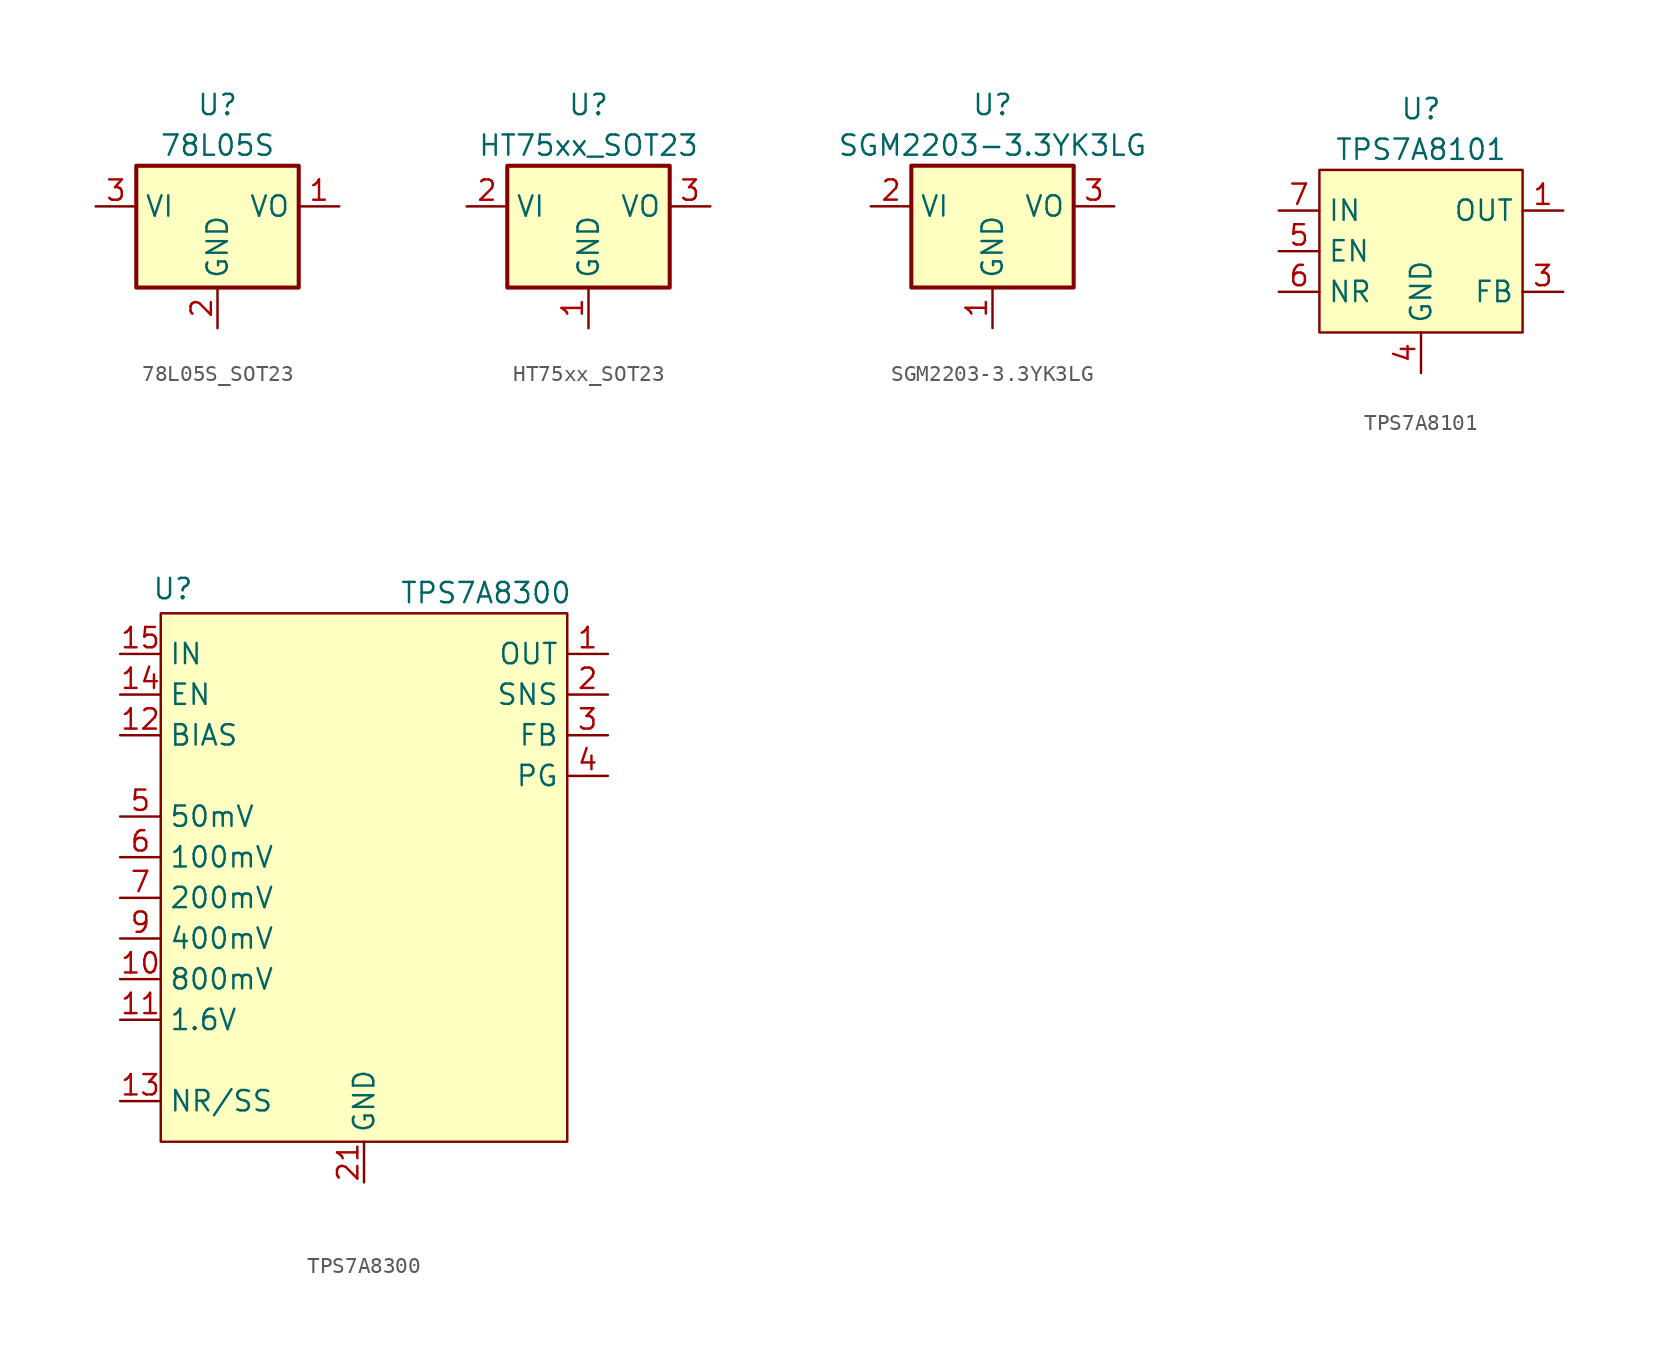
<source format=kicad_sym>
(kicad_symbol_lib
  (version 20241209)
  (generator "kicad_symbol_editor")
  (generator_version "9.0")
  (symbol "78L05S_SOT23"
    (property "Reference" "U"
      (at 0 7.62 0)
      (effects (font (size 1.27 1.27))))
    (property "Value" "78L05S"
      (at 0 5.08 0)
      (effects (font (size 1.27 1.27))))
    (symbol "78L05S_SOT23_0_1"
      (rectangle (start -5.08 3.81) (end 5.08 -3.81) (stroke (width 0.254) (type default)) (fill (type background))))
    (symbol "78L05S_SOT23_1_1"
      (pin power_in line (at -7.62 1.27 0) (length 2.54) (name "VI" (effects (font (size 1.27 1.27)))) (number "3" (effects (font (size 1.27 1.27)))))
      (pin power_in line (at 0 -6.35 90) (length 2.54) (name "GND" (effects (font (size 1.27 1.27)))) (number "2" (effects (font (size 1.27 1.27)))))
      (pin power_out line (at 7.62 1.27 180) (length 2.54) (name "VO" (effects (font (size 1.27 1.27)))) (number "1" (effects (font (size 1.27 1.27)))))))
  (symbol "HT75xx_SOT23"
    (property "Reference" "U"
      (at 0 7.62 0)
      (effects (font (size 1.27 1.27))))
    (property "Value" "HT75xx_SOT23"
      (at 0 5.08 0)
      (effects (font (size 1.27 1.27))))
    (symbol "HT75xx_SOT23_0_1"
      (rectangle (start -5.08 3.81) (end 5.08 -3.81) (stroke (width 0.254) (type default)) (fill (type background))))
    (symbol "HT75xx_SOT23_1_1"
      (pin power_in line (at -7.62 1.27 0) (length 2.54) (name "VI" (effects (font (size 1.27 1.27)))) (number "2" (effects (font (size 1.27 1.27)))))
      (pin power_in line (at 0 -6.35 90) (length 2.54) (name "GND" (effects (font (size 1.27 1.27)))) (number "1" (effects (font (size 1.27 1.27)))))
      (pin power_out line (at 7.62 1.27 180) (length 2.54) (name "VO" (effects (font (size 1.27 1.27)))) (number "3" (effects (font (size 1.27 1.27)))))))
  (symbol "SGM2203-3.3YK3LG"
    (property "Reference" "U"
      (at 0 7.62 0)
      (effects (font (size 1.27 1.27))))
    (property "Value" "SGM2203-3.3YK3LG"
      (at 0 5.08 0)
      (effects (font (size 1.27 1.27))))
    (symbol "SGM2203-3.3YK3LG_0_1"
      (rectangle (start -5.08 3.81) (end 5.08 -3.81) (stroke (width 0.254) (type default)) (fill (type background))))
    (symbol "SGM2203-3.3YK3LG_1_1"
      (pin power_in line (at -7.62 1.27 0) (length 2.54) (name "VI" (effects (font (size 1.27 1.27)))) (number "2" (effects (font (size 1.27 1.27)))))
      (pin power_in line (at 0 -6.35 90) (length 2.54) (name "GND" (effects (font (size 1.27 1.27)))) (number "1" (effects (font (size 1.27 1.27)))))
      (pin power_out line (at 7.62 1.27 180) (length 2.54) (name "VO" (effects (font (size 1.27 1.27)))) (number "3" (effects (font (size 1.27 1.27)))))))
  (symbol "TPS7A8101"
    (property "Reference" "U"
      (at 0 8.89 0)
      (effects (font (size 1.27 1.27))))
    (property "Value" "TPS7A8101"
      (at 0 6.35 0)
      (effects (font (size 1.27 1.27))))
    (symbol "TPS7A8101_1_1"
      (rectangle (start -6.35 5.08) (end 6.35 -5.08) (stroke (width 0) (type default)) (fill (type background)))
      (pin power_in line (at -8.89 2.54 0) (length 2.54) (name "IN" (effects (font (size 1.27 1.27)))) (number "7" (effects (font (size 1.27 1.27)))))
      (pin passive line (at -8.89 2.54 0) (length 2.54) (hide yes) (name "IN" (effects (font (size 1.27 1.27)))) (number "8" (effects (font (size 1.27 1.27)))))
      (pin input line (at -8.89 0 0) (length 2.54) (name "EN" (effects (font (size 1.27 1.27)))) (number "5" (effects (font (size 1.27 1.27)))))
      (pin input line (at -8.89 -2.54 0) (length 2.54) (name "NR" (effects (font (size 1.27 1.27)))) (number "6" (effects (font (size 1.27 1.27)))))
      (pin power_in line (at 0 -7.62 90) (length 2.54) (name "GND" (effects (font (size 1.27 1.27)))) (number "4" (effects (font (size 1.27 1.27)))))
      (pin passive line (at 0 -7.62 90) (length 2.54) (hide yes) (name "EP" (effects (font (size 1.27 1.27)))) (number "9" (effects (font (size 1.27 1.27)))))
      (pin power_out line (at 8.89 2.54 180) (length 2.54) (name "OUT" (effects (font (size 1.27 1.27)))) (number "1" (effects (font (size 1.27 1.27)))))
      (pin passive line (at 8.89 2.54 180) (length 2.54) (hide yes) (name "OUT" (effects (font (size 1.27 1.27)))) (number "2" (effects (font (size 1.27 1.27)))))
      (pin input line (at 8.89 -2.54 180) (length 2.54) (name "FB" (effects (font (size 1.27 1.27)))) (number "3" (effects (font (size 1.27 1.27)))))))
  (symbol "TPS7A8300"
    (property "Reference" "U"
      (at -11.938 20.574 0)
      (effects (font (size 1.27 1.27))))
    (property "Value" "TPS7A8300"
      (at 7.62 20.32 0)
      (effects (font (size 1.27 1.27))))
    (symbol "TPS7A8300_1_1"
      (rectangle (start -12.7 19.05) (end 12.7 -13.97) (stroke (width 0) (type solid)) (fill (type background)))
      (pin power_in line (at -15.24 16.51 0) (length 2.54) (name "IN" (effects (font (size 1.27 1.27)))) (number "15" (effects (font (size 1.27 1.27)))))
      (pin passive line (at -15.24 16.51 0) (length 2.54) (hide yes) (name "IN" (effects (font (size 1.27 1.27)))) (number "16" (effects (font (size 1.27 1.27)))))
      (pin passive line (at -15.24 16.51 0) (length 2.54) (hide yes) (name "IN" (effects (font (size 1.27 1.27)))) (number "17" (effects (font (size 1.27 1.27)))))
      (pin input line (at -15.24 13.97 0) (length 2.54) (name "EN" (effects (font (size 1.27 1.27)))) (number "14" (effects (font (size 1.27 1.27)))))
      (pin input line (at -15.24 11.43 0) (length 2.54) (name "BIAS" (effects (font (size 1.27 1.27)))) (number "12" (effects (font (size 1.27 1.27)))))
      (pin input line (at -15.24 6.35 0) (length 2.54) (name "50mV" (effects (font (size 1.27 1.27)))) (number "5" (effects (font (size 1.27 1.27)))))
      (pin input line (at -15.24 3.81 0) (length 2.54) (name "100mV" (effects (font (size 1.27 1.27)))) (number "6" (effects (font (size 1.27 1.27)))))
      (pin input line (at -15.24 1.27 0) (length 2.54) (name "200mV" (effects (font (size 1.27 1.27)))) (number "7" (effects (font (size 1.27 1.27)))))
      (pin input line (at -15.24 -1.27 0) (length 2.54) (name "400mV" (effects (font (size 1.27 1.27)))) (number "9" (effects (font (size 1.27 1.27)))))
      (pin input line (at -15.24 -3.81 0) (length 2.54) (name "800mV" (effects (font (size 1.27 1.27)))) (number "10" (effects (font (size 1.27 1.27)))))
      (pin input line (at -15.24 -6.35 0) (length 2.54) (name "1.6V" (effects (font (size 1.27 1.27)))) (number "11" (effects (font (size 1.27 1.27)))))
      (pin input line (at -15.24 -11.43 0) (length 2.54) (name "NR/SS" (effects (font (size 1.27 1.27)))) (number "13" (effects (font (size 1.27 1.27)))))
      (pin passive line (at 0 -16.51 90) (length 2.54) (hide yes) (name "GND" (effects (font (size 1.27 1.27)))) (number "18" (effects (font (size 1.27 1.27)))))
      (pin power_in line (at 0 -16.51 90) (length 2.54) (name "GND" (effects (font (size 1.27 1.27)))) (number "21" (effects (font (size 1.27 1.27)))))
      (pin passive line (at 0 -16.51 90) (length 2.54) (hide yes) (name "GND" (effects (font (size 1.27 1.27)))) (number "8" (effects (font (size 1.27 1.27)))))
      (pin power_out line (at 15.24 16.51 180) (length 2.54) (name "OUT" (effects (font (size 1.27 1.27)))) (number "1" (effects (font (size 1.27 1.27)))))
      (pin passive line (at 15.24 16.51 180) (length 2.54) (hide yes) (name "OUT" (effects (font (size 1.27 1.27)))) (number "19" (effects (font (size 1.27 1.27)))))
      (pin passive line (at 15.24 16.51 180) (length 2.54) (hide yes) (name "OUT" (effects (font (size 1.27 1.27)))) (number "20" (effects (font (size 1.27 1.27)))))
      (pin input line (at 15.24 13.97 180) (length 2.54) (name "SNS" (effects (font (size 1.27 1.27)))) (number "2" (effects (font (size 1.27 1.27)))))
      (pin input line (at 15.24 11.43 180) (length 2.54) (name "FB" (effects (font (size 1.27 1.27)))) (number "3" (effects (font (size 1.27 1.27)))))
      (pin output line (at 15.24 8.89 180) (length 2.54) (name "PG" (effects (font (size 1.27 1.27)))) (number "4" (effects (font (size 1.27 1.27))))))))
</source>
